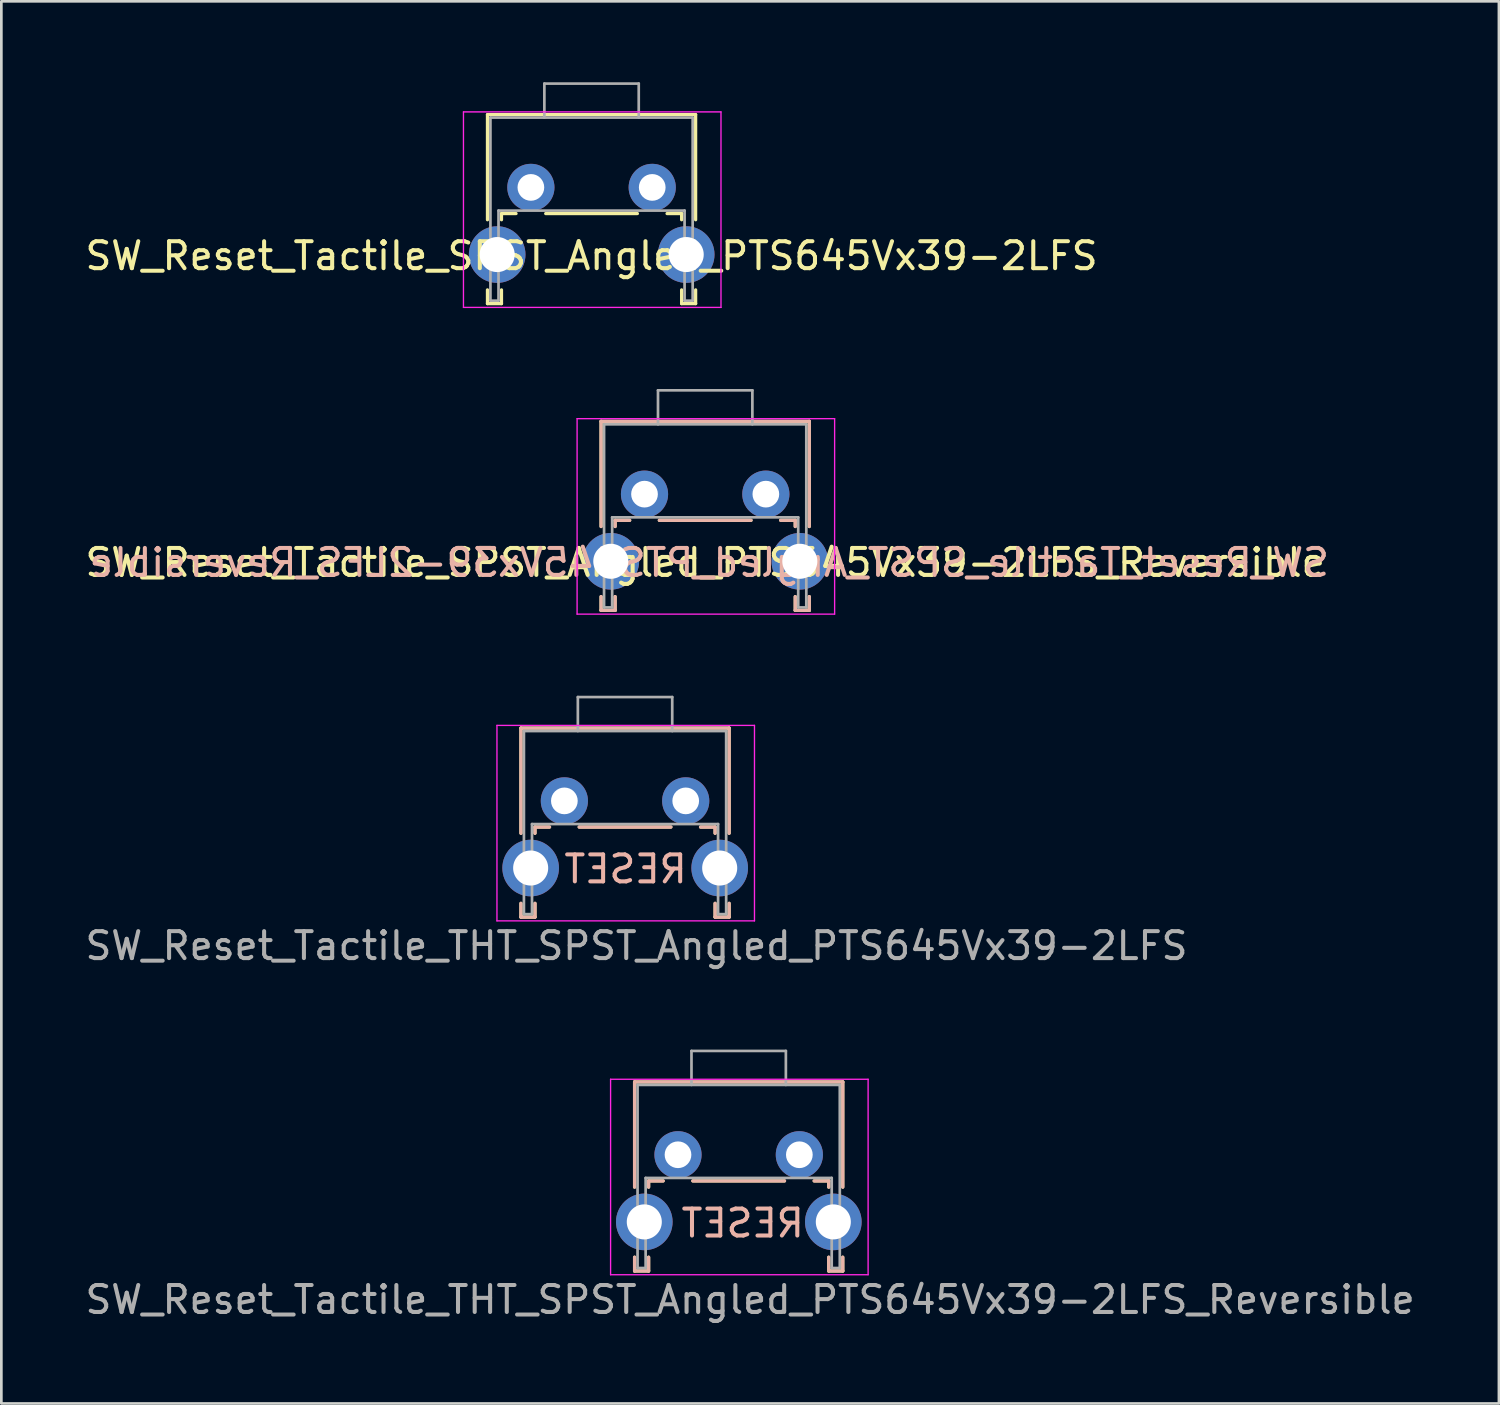
<source format=kicad_pcb>
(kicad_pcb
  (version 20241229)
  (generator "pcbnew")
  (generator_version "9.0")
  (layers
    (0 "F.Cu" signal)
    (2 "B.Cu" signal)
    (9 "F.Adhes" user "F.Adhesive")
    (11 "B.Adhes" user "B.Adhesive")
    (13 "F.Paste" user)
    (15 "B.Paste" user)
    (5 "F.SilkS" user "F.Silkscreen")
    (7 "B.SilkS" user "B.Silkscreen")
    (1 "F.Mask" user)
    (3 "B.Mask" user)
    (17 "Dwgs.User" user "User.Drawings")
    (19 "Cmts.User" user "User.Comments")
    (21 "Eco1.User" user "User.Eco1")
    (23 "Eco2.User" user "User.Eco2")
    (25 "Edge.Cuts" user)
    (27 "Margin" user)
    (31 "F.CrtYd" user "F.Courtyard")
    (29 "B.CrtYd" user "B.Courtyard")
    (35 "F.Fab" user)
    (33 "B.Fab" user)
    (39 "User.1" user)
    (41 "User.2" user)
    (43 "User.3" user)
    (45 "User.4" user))
  (footprint "SW_Reset_Tactile_SPST_Angled_PTS645Vx39-2LFS"
    (layer "F.Cu")
    (at 16.637 3.9)
    (property "Reference" "SW_Reset_Tactile_SPST_Angled_PTS645Vx39-2LFS" (at 2.25 2.54 0) (layer "F.SilkS") (effects (font (size 1 1) (thickness 0.15))))
    (attr through_hole)
    (fp_line (start -1.61 -2.7) (end -1.61 1.2) (stroke (width 0.12) (type solid)) (layer "F.SilkS"))
    (fp_line (start -1.61 -2.7) (end 6.11 -2.7) (stroke (width 0.12) (type solid)) (layer "F.SilkS"))
    (fp_line (start -1.61 3.8) (end -1.61 4.31) (stroke (width 0.12) (type solid)) (layer "F.SilkS"))
    (fp_line (start -1.61 4.31) (end -1.09 4.31) (stroke (width 0.12) (type solid)) (layer "F.SilkS"))
    (fp_line (start -1.09 0.97) (end -1.09 1.2) (stroke (width 0.12) (type solid)) (layer "F.SilkS"))
    (fp_line (start -1.09 0.97) (end -0.55 0.97) (stroke (width 0.12) (type solid)) (layer "F.SilkS"))
    (fp_line (start -1.09 3.8) (end -1.09 4.31) (stroke (width 0.12) (type solid)) (layer "F.SilkS"))
    (fp_line (start 0.55 0.97) (end 3.95 0.97) (stroke (width 0.12) (type solid)) (layer "F.SilkS"))
    (fp_line (start 5.05 0.97) (end 5.59 0.97) (stroke (width 0.12) (type solid)) (layer "F.SilkS"))
    (fp_line (start 5.59 0.97) (end 5.59 1.2) (stroke (width 0.12) (type solid)) (layer "F.SilkS"))
    (fp_line (start 5.59 3.8) (end 5.59 4.31) (stroke (width 0.12) (type solid)) (layer "F.SilkS"))
    (fp_line (start 5.59 4.31) (end 6.11 4.31) (stroke (width 0.12) (type solid)) (layer "F.SilkS"))
    (fp_line (start 6.11 -2.7) (end 6.11 1.2) (stroke (width 0.12) (type solid)) (layer "F.SilkS"))
    (fp_line (start 6.11 3.8) (end 6.11 4.31) (stroke (width 0.12) (type solid)) (layer "F.SilkS"))
    (fp_line (start -2.5 -2.8) (end 7.05 -2.8) (stroke (width 0.05) (type solid)) (layer "F.CrtYd"))
    (fp_line (start -2.5 4.45) (end -2.5 -2.8) (stroke (width 0.05) (type solid)) (layer "F.CrtYd"))
    (fp_line (start 7.05 -2.8) (end 7.05 4.45) (stroke (width 0.05) (type solid)) (layer "F.CrtYd"))
    (fp_line (start 7.05 4.45) (end -2.5 4.45) (stroke (width 0.05) (type solid)) (layer "F.CrtYd"))
    (fp_line (start -1.5 -2.59) (end 6 -2.59) (stroke (width 0.1) (type solid)) (layer "F.Fab"))
    (fp_line (start -1.5 4.2) (end -1.5 -2.59) (stroke (width 0.1) (type solid)) (layer "F.Fab"))
    (fp_line (start -1.5 4.2) (end -1.2 4.2) (stroke (width 0.1) (type solid)) (layer "F.Fab"))
    (fp_line (start -1.2 0.86) (end 5.7 0.86) (stroke (width 0.1) (type solid)) (layer "F.Fab"))
    (fp_line (start -1.2 4.2) (end -1.2 0.86) (stroke (width 0.1) (type solid)) (layer "F.Fab"))
    (fp_line (start 0.5 -3.85) (end 0.5 -2.59) (stroke (width 0.1) (type solid)) (layer "F.Fab"))
    (fp_line (start 0.5 -3.85) (end 4 -3.85) (stroke (width 0.1) (type solid)) (layer "F.Fab"))
    (fp_line (start 4 -3.85) (end 4 -2.59) (stroke (width 0.1) (type solid)) (layer "F.Fab"))
    (fp_line (start 5.7 4.2) (end 5.7 0.86) (stroke (width 0.1) (type solid)) (layer "F.Fab"))
    (fp_line (start 5.7 4.2) (end 6 4.2) (stroke (width 0.1) (type solid)) (layer "F.Fab"))
    (fp_line (start 6 4.2) (end 6 -2.59) (stroke (width 0.1) (type solid)) (layer "F.Fab"))
    (pad "" thru_hole circle (at -1.25 2.49) (size 2.1 2.1) (drill 1.3) (layers "*.Cu" "*.Mask"))
    (pad "" thru_hole circle (at 5.76 2.49) (size 2.1 2.1) (drill 1.3) (layers "*.Cu" "*.Mask"))
    (pad "1" thru_hole circle (at 0 0) (size 1.75 1.75) (drill 0.99) (layers "*.Cu" "*.Mask"))
    (pad "2" thru_hole circle (at 4.5 0) (size 1.75 1.75) (drill 0.99) (layers "*.Cu" "*.Mask")))
  (footprint "SW_Reset_Tactile_THT_SPST_Angled_PTS645Vx39-2LFS_Reversible"
    (layer "F.Cu")
    (at 22.093 39.773)
    (property "Reference" "SW_Reset_Tactile_THT_SPST_Angled_PTS645Vx39-2LFS_Reversible" (at 2.675 5.375 0) (layer "F.Fab") (effects (font (size 1 1) (thickness 0.15))))
    (attr through_hole)
    (fp_line (start -1.61 -2.7) (end -1.61 1.2) (stroke (width 0.12) (type solid)) (layer "F.SilkS"))
    (fp_line (start -1.61 -2.7) (end 6.11 -2.7) (stroke (width 0.12) (type solid)) (layer "F.SilkS"))
    (fp_line (start -1.61 3.8) (end -1.61 4.31) (stroke (width 0.12) (type solid)) (layer "F.SilkS"))
    (fp_line (start -1.61 4.31) (end -1.09 4.31) (stroke (width 0.12) (type solid)) (layer "F.SilkS"))
    (fp_line (start -1.09 0.97) (end -1.09 1.2) (stroke (width 0.12) (type solid)) (layer "F.SilkS"))
    (fp_line (start -1.09 0.97) (end -0.55 0.97) (stroke (width 0.12) (type solid)) (layer "F.SilkS"))
    (fp_line (start -1.09 3.8) (end -1.09 4.31) (stroke (width 0.12) (type solid)) (layer "F.SilkS"))
    (fp_line (start 0.55 0.97) (end 3.95 0.97) (stroke (width 0.12) (type solid)) (layer "F.SilkS"))
    (fp_line (start 5.05 0.97) (end 5.59 0.97) (stroke (width 0.12) (type solid)) (layer "F.SilkS"))
    (fp_line (start 5.59 0.97) (end 5.59 1.2) (stroke (width 0.12) (type solid)) (layer "F.SilkS"))
    (fp_line (start 5.59 3.8) (end 5.59 4.31) (stroke (width 0.12) (type solid)) (layer "F.SilkS"))
    (fp_line (start 5.59 4.31) (end 6.11 4.31) (stroke (width 0.12) (type solid)) (layer "F.SilkS"))
    (fp_line (start 6.11 -2.7) (end 6.11 1.2) (stroke (width 0.12) (type solid)) (layer "F.SilkS"))
    (fp_line (start 6.11 3.8) (end 6.11 4.31) (stroke (width 0.12) (type solid)) (layer "F.SilkS"))
    (fp_line (start -1.61 -2.7) (end -1.61 1.2) (stroke (width 0.12) (type solid)) (layer "B.SilkS"))
    (fp_line (start -1.61 3.8) (end -1.61 4.31) (stroke (width 0.12) (type solid)) (layer "B.SilkS"))
    (fp_line (start -1.09 0.97) (end -1.09 1.2) (stroke (width 0.12) (type solid)) (layer "B.SilkS"))
    (fp_line (start -1.09 3.8) (end -1.09 4.31) (stroke (width 0.12) (type solid)) (layer "B.SilkS"))
    (fp_line (start -1.09 4.31) (end -1.61 4.31) (stroke (width 0.12) (type solid)) (layer "B.SilkS"))
    (fp_line (start -0.55 0.97) (end -1.09 0.97) (stroke (width 0.12) (type solid)) (layer "B.SilkS"))
    (fp_line (start 3.95 0.97) (end 0.55 0.97) (stroke (width 0.12) (type solid)) (layer "B.SilkS"))
    (fp_line (start 5.59 0.97) (end 5.05 0.97) (stroke (width 0.12) (type solid)) (layer "B.SilkS"))
    (fp_line (start 5.59 0.97) (end 5.59 1.2) (stroke (width 0.12) (type solid)) (layer "B.SilkS"))
    (fp_line (start 5.59 3.8) (end 5.59 4.31) (stroke (width 0.12) (type solid)) (layer "B.SilkS"))
    (fp_line (start 6.11 -2.7) (end -1.61 -2.7) (stroke (width 0.12) (type solid)) (layer "B.SilkS"))
    (fp_line (start 6.11 -2.7) (end 6.11 1.2) (stroke (width 0.12) (type solid)) (layer "B.SilkS"))
    (fp_line (start 6.11 3.8) (end 6.11 4.31) (stroke (width 0.12) (type solid)) (layer "B.SilkS"))
    (fp_line (start 6.11 4.31) (end 5.59 4.31) (stroke (width 0.12) (type solid)) (layer "B.SilkS"))
    (fp_line (start -2.5 -2.8) (end 7.05 -2.8) (stroke (width 0.05) (type solid)) (layer "F.CrtYd"))
    (fp_line (start -2.5 4.45) (end -2.5 -2.8) (stroke (width 0.05) (type solid)) (layer "F.CrtYd"))
    (fp_line (start 7.05 -2.8) (end 7.05 4.45) (stroke (width 0.05) (type solid)) (layer "F.CrtYd"))
    (fp_line (start 7.05 4.45) (end -2.5 4.45) (stroke (width 0.05) (type solid)) (layer "F.CrtYd"))
    (fp_line (start -1.5 -2.59) (end 6 -2.59) (stroke (width 0.1) (type solid)) (layer "F.Fab"))
    (fp_line (start -1.5 4.2) (end -1.5 -2.59) (stroke (width 0.1) (type solid)) (layer "F.Fab"))
    (fp_line (start -1.5 4.2) (end -1.2 4.2) (stroke (width 0.1) (type solid)) (layer "F.Fab"))
    (fp_line (start -1.2 0.86) (end 5.7 0.86) (stroke (width 0.1) (type solid)) (layer "F.Fab"))
    (fp_line (start -1.2 4.2) (end -1.2 0.86) (stroke (width 0.1) (type solid)) (layer "F.Fab"))
    (fp_line (start 0.5 -3.85) (end 0.5 -2.59) (stroke (width 0.1) (type solid)) (layer "F.Fab"))
    (fp_line (start 0.5 -3.85) (end 4 -3.85) (stroke (width 0.1) (type solid)) (layer "F.Fab"))
    (fp_line (start 4 -3.85) (end 4 -2.59) (stroke (width 0.1) (type solid)) (layer "F.Fab"))
    (fp_line (start 5.7 4.2) (end 5.7 0.86) (stroke (width 0.1) (type solid)) (layer "F.Fab"))
    (fp_line (start 5.7 4.2) (end 6 4.2) (stroke (width 0.1) (type solid)) (layer "F.Fab"))
    (fp_line (start 6 4.2) (end 6 -2.59) (stroke (width 0.1) (type solid)) (layer "F.Fab"))
    (fp_text user "RESET" (at 2.4 2.54 0) (layer "B.SilkS") (effects (font (size 1 1) (thickness 0.15)) (justify mirror)))
    (pad "" thru_hole circle (at -1.25 2.49) (size 2.1 2.1) (drill 1.3) (layers "*.Cu" "*.Mask"))
    (pad "" thru_hole circle (at 5.76 2.49) (size 2.1 2.1) (drill 1.3) (layers "*.Cu" "*.Mask"))
    (pad "1" thru_hole circle (at 0 0) (size 1.75 1.75) (drill 0.99) (layers "*.Cu" "*.Mask"))
    (pad "2" thru_hole circle (at 4.5 0) (size 1.75 1.75) (drill 0.99) (layers "*.Cu" "*.Mask")))
  (footprint "SW_Reset_Tactile_SPST_Angled_PTS645Vx39-2LFS_Reversible"
    (layer "F.Cu")
    (at 20.851 15.275)
    (property "Reference" "SW_Reset_Tactile_SPST_Angled_PTS645Vx39-2LFS_Reversible" (at 2.25 2.54 0) (layer "F.SilkS") (effects (font (size 1 1) (thickness 0.15))))
    (attr through_hole)
    (fp_line (start -1.61 -2.7) (end -1.61 1.2) (stroke (width 0.12) (type solid)) (layer "F.SilkS"))
    (fp_line (start -1.61 -2.7) (end 6.11 -2.7) (stroke (width 0.12) (type solid)) (layer "F.SilkS"))
    (fp_line (start -1.61 3.8) (end -1.61 4.31) (stroke (width 0.12) (type solid)) (layer "F.SilkS"))
    (fp_line (start -1.61 4.31) (end -1.09 4.31) (stroke (width 0.12) (type solid)) (layer "F.SilkS"))
    (fp_line (start -1.09 0.97) (end -1.09 1.2) (stroke (width 0.12) (type solid)) (layer "F.SilkS"))
    (fp_line (start -1.09 0.97) (end -0.55 0.97) (stroke (width 0.12) (type solid)) (layer "F.SilkS"))
    (fp_line (start -1.09 3.8) (end -1.09 4.31) (stroke (width 0.12) (type solid)) (layer "F.SilkS"))
    (fp_line (start 0.55 0.97) (end 3.95 0.97) (stroke (width 0.12) (type solid)) (layer "F.SilkS"))
    (fp_line (start 5.05 0.97) (end 5.59 0.97) (stroke (width 0.12) (type solid)) (layer "F.SilkS"))
    (fp_line (start 5.59 0.97) (end 5.59 1.2) (stroke (width 0.12) (type solid)) (layer "F.SilkS"))
    (fp_line (start 5.59 3.8) (end 5.59 4.31) (stroke (width 0.12) (type solid)) (layer "F.SilkS"))
    (fp_line (start 5.59 4.31) (end 6.11 4.31) (stroke (width 0.12) (type solid)) (layer "F.SilkS"))
    (fp_line (start 6.11 -2.7) (end 6.11 1.2) (stroke (width 0.12) (type solid)) (layer "F.SilkS"))
    (fp_line (start 6.11 3.8) (end 6.11 4.31) (stroke (width 0.12) (type solid)) (layer "F.SilkS"))
    (fp_line (start -1.61 -2.7) (end -1.61 1.2) (stroke (width 0.12) (type solid)) (layer "B.SilkS"))
    (fp_line (start -1.61 3.8) (end -1.61 4.31) (stroke (width 0.12) (type solid)) (layer "B.SilkS"))
    (fp_line (start -1.09 0.97) (end -1.09 1.2) (stroke (width 0.12) (type solid)) (layer "B.SilkS"))
    (fp_line (start -1.09 3.8) (end -1.09 4.31) (stroke (width 0.12) (type solid)) (layer "B.SilkS"))
    (fp_line (start -1.09 4.31) (end -1.61 4.31) (stroke (width 0.12) (type solid)) (layer "B.SilkS"))
    (fp_line (start -0.55 0.97) (end -1.09 0.97) (stroke (width 0.12) (type solid)) (layer "B.SilkS"))
    (fp_line (start 3.95 0.97) (end 0.55 0.97) (stroke (width 0.12) (type solid)) (layer "B.SilkS"))
    (fp_line (start 5.59 0.97) (end 5.05 0.97) (stroke (width 0.12) (type solid)) (layer "B.SilkS"))
    (fp_line (start 5.59 0.97) (end 5.59 1.2) (stroke (width 0.12) (type solid)) (layer "B.SilkS"))
    (fp_line (start 5.59 3.8) (end 5.59 4.31) (stroke (width 0.12) (type solid)) (layer "B.SilkS"))
    (fp_line (start 6.11 -2.7) (end -1.61 -2.7) (stroke (width 0.12) (type solid)) (layer "B.SilkS"))
    (fp_line (start 6.11 -2.7) (end 6.11 1.2) (stroke (width 0.12) (type solid)) (layer "B.SilkS"))
    (fp_line (start 6.11 3.8) (end 6.11 4.31) (stroke (width 0.12) (type solid)) (layer "B.SilkS"))
    (fp_line (start 6.11 4.31) (end 5.59 4.31) (stroke (width 0.12) (type solid)) (layer "B.SilkS"))
    (fp_line (start -2.5 -2.8) (end 7.05 -2.8) (stroke (width 0.05) (type solid)) (layer "F.CrtYd"))
    (fp_line (start -2.5 4.45) (end -2.5 -2.8) (stroke (width 0.05) (type solid)) (layer "F.CrtYd"))
    (fp_line (start 7.05 -2.8) (end 7.05 4.45) (stroke (width 0.05) (type solid)) (layer "F.CrtYd"))
    (fp_line (start 7.05 4.45) (end -2.5 4.45) (stroke (width 0.05) (type solid)) (layer "F.CrtYd"))
    (fp_line (start -1.5 -2.59) (end 6 -2.59) (stroke (width 0.1) (type solid)) (layer "F.Fab"))
    (fp_line (start -1.5 4.2) (end -1.5 -2.59) (stroke (width 0.1) (type solid)) (layer "F.Fab"))
    (fp_line (start -1.5 4.2) (end -1.2 4.2) (stroke (width 0.1) (type solid)) (layer "F.Fab"))
    (fp_line (start -1.2 0.86) (end 5.7 0.86) (stroke (width 0.1) (type solid)) (layer "F.Fab"))
    (fp_line (start -1.2 4.2) (end -1.2 0.86) (stroke (width 0.1) (type solid)) (layer "F.Fab"))
    (fp_line (start 0.5 -3.85) (end 0.5 -2.59) (stroke (width 0.1) (type solid)) (layer "F.Fab"))
    (fp_line (start 0.5 -3.85) (end 4 -3.85) (stroke (width 0.1) (type solid)) (layer "F.Fab"))
    (fp_line (start 4 -3.85) (end 4 -2.59) (stroke (width 0.1) (type solid)) (layer "F.Fab"))
    (fp_line (start 5.7 4.2) (end 5.7 0.86) (stroke (width 0.1) (type solid)) (layer "F.Fab"))
    (fp_line (start 5.7 4.2) (end 6 4.2) (stroke (width 0.1) (type solid)) (layer "F.Fab"))
    (fp_line (start 6 4.2) (end 6 -2.59) (stroke (width 0.1) (type solid)) (layer "F.Fab"))
    (fp_text user "${REFERENCE}" (at 2.4 2.54 0) (layer "B.SilkS") (effects (font (size 1 1) (thickness 0.15)) (justify mirror)))
    (pad "" thru_hole circle (at -1.25 2.49) (size 2.1 2.1) (drill 1.3) (layers "*.Cu" "*.Mask"))
    (pad "" thru_hole circle (at 5.76 2.49) (size 2.1 2.1) (drill 1.3) (layers "*.Cu" "*.Mask"))
    (pad "1" thru_hole circle (at 0 0) (size 1.75 1.75) (drill 0.99) (layers "*.Cu" "*.Mask"))
    (pad "2" thru_hole circle (at 4.5 0) (size 1.75 1.75) (drill 0.99) (layers "*.Cu" "*.Mask")))
  (footprint "SW_Reset_Tactile_THT_SPST_Angled_PTS645Vx39-2LFS"
    (layer "F.Cu")
    (at 17.879 26.65)
    (property "Reference" "SW_Reset_Tactile_THT_SPST_Angled_PTS645Vx39-2LFS" (at 2.675 5.375 0) (layer "F.Fab") (effects (font (size 1 1) (thickness 0.15))))
    (attr through_hole)
    (fp_line (start -1.61 -2.7) (end -1.61 1.2) (stroke (width 0.12) (type solid)) (layer "F.SilkS"))
    (fp_line (start -1.61 -2.7) (end 6.11 -2.7) (stroke (width 0.12) (type solid)) (layer "F.SilkS"))
    (fp_line (start -1.61 3.8) (end -1.61 4.31) (stroke (width 0.12) (type solid)) (layer "F.SilkS"))
    (fp_line (start -1.61 4.31) (end -1.09 4.31) (stroke (width 0.12) (type solid)) (layer "F.SilkS"))
    (fp_line (start -1.09 0.97) (end -1.09 1.2) (stroke (width 0.12) (type solid)) (layer "F.SilkS"))
    (fp_line (start -1.09 0.97) (end -0.55 0.97) (stroke (width 0.12) (type solid)) (layer "F.SilkS"))
    (fp_line (start -1.09 3.8) (end -1.09 4.31) (stroke (width 0.12) (type solid)) (layer "F.SilkS"))
    (fp_line (start 0.55 0.97) (end 3.95 0.97) (stroke (width 0.12) (type solid)) (layer "F.SilkS"))
    (fp_line (start 5.05 0.97) (end 5.59 0.97) (stroke (width 0.12) (type solid)) (layer "F.SilkS"))
    (fp_line (start 5.59 0.97) (end 5.59 1.2) (stroke (width 0.12) (type solid)) (layer "F.SilkS"))
    (fp_line (start 5.59 3.8) (end 5.59 4.31) (stroke (width 0.12) (type solid)) (layer "F.SilkS"))
    (fp_line (start 5.59 4.31) (end 6.11 4.31) (stroke (width 0.12) (type solid)) (layer "F.SilkS"))
    (fp_line (start 6.11 -2.7) (end 6.11 1.2) (stroke (width 0.12) (type solid)) (layer "F.SilkS"))
    (fp_line (start 6.11 3.8) (end 6.11 4.31) (stroke (width 0.12) (type solid)) (layer "F.SilkS"))
    (fp_line (start -1.61 -2.7) (end -1.61 1.2) (stroke (width 0.12) (type solid)) (layer "B.SilkS"))
    (fp_line (start -1.61 3.8) (end -1.61 4.31) (stroke (width 0.12) (type solid)) (layer "B.SilkS"))
    (fp_line (start -1.09 0.97) (end -1.09 1.2) (stroke (width 0.12) (type solid)) (layer "B.SilkS"))
    (fp_line (start -1.09 3.8) (end -1.09 4.31) (stroke (width 0.12) (type solid)) (layer "B.SilkS"))
    (fp_line (start -1.09 4.31) (end -1.61 4.31) (stroke (width 0.12) (type solid)) (layer "B.SilkS"))
    (fp_line (start -0.55 0.97) (end -1.09 0.97) (stroke (width 0.12) (type solid)) (layer "B.SilkS"))
    (fp_line (start 3.95 0.97) (end 0.55 0.97) (stroke (width 0.12) (type solid)) (layer "B.SilkS"))
    (fp_line (start 5.59 0.97) (end 5.05 0.97) (stroke (width 0.12) (type solid)) (layer "B.SilkS"))
    (fp_line (start 5.59 0.97) (end 5.59 1.2) (stroke (width 0.12) (type solid)) (layer "B.SilkS"))
    (fp_line (start 5.59 3.8) (end 5.59 4.31) (stroke (width 0.12) (type solid)) (layer "B.SilkS"))
    (fp_line (start 6.11 -2.7) (end -1.61 -2.7) (stroke (width 0.12) (type solid)) (layer "B.SilkS"))
    (fp_line (start 6.11 -2.7) (end 6.11 1.2) (stroke (width 0.12) (type solid)) (layer "B.SilkS"))
    (fp_line (start 6.11 3.8) (end 6.11 4.31) (stroke (width 0.12) (type solid)) (layer "B.SilkS"))
    (fp_line (start 6.11 4.31) (end 5.59 4.31) (stroke (width 0.12) (type solid)) (layer "B.SilkS"))
    (fp_line (start -2.5 -2.8) (end 7.05 -2.8) (stroke (width 0.05) (type solid)) (layer "F.CrtYd"))
    (fp_line (start -2.5 4.45) (end -2.5 -2.8) (stroke (width 0.05) (type solid)) (layer "F.CrtYd"))
    (fp_line (start 7.05 -2.8) (end 7.05 4.45) (stroke (width 0.05) (type solid)) (layer "F.CrtYd"))
    (fp_line (start 7.05 4.45) (end -2.5 4.45) (stroke (width 0.05) (type solid)) (layer "F.CrtYd"))
    (fp_line (start -1.5 -2.59) (end 6 -2.59) (stroke (width 0.1) (type solid)) (layer "F.Fab"))
    (fp_line (start -1.5 4.2) (end -1.5 -2.59) (stroke (width 0.1) (type solid)) (layer "F.Fab"))
    (fp_line (start -1.5 4.2) (end -1.2 4.2) (stroke (width 0.1) (type solid)) (layer "F.Fab"))
    (fp_line (start -1.2 0.86) (end 5.7 0.86) (stroke (width 0.1) (type solid)) (layer "F.Fab"))
    (fp_line (start -1.2 4.2) (end -1.2 0.86) (stroke (width 0.1) (type solid)) (layer "F.Fab"))
    (fp_line (start 0.5 -3.85) (end 0.5 -2.59) (stroke (width 0.1) (type solid)) (layer "F.Fab"))
    (fp_line (start 0.5 -3.85) (end 4 -3.85) (stroke (width 0.1) (type solid)) (layer "F.Fab"))
    (fp_line (start 4 -3.85) (end 4 -2.59) (stroke (width 0.1) (type solid)) (layer "F.Fab"))
    (fp_line (start 5.7 4.2) (end 5.7 0.86) (stroke (width 0.1) (type solid)) (layer "F.Fab"))
    (fp_line (start 5.7 4.2) (end 6 4.2) (stroke (width 0.1) (type solid)) (layer "F.Fab"))
    (fp_line (start 6 4.2) (end 6 -2.59) (stroke (width 0.1) (type solid)) (layer "F.Fab"))
    (fp_text user "RESET" (at 2.27 2.53 0) (unlocked yes) (layer "B.SilkS") (effects (font (size 1 1) (thickness 0.15)) (justify mirror)))
    (pad "" thru_hole circle (at -1.25 2.49) (size 2.1 2.1) (drill 1.3) (layers "*.Cu" "*.Mask"))
    (pad "" thru_hole circle (at 5.76 2.49) (size 2.1 2.1) (drill 1.3) (layers "*.Cu" "*.Mask"))
    (pad "1" thru_hole circle (at 0 0) (size 1.75 1.75) (drill 0.99) (layers "*.Cu" "*.Mask"))
    (pad "2" thru_hole circle (at 4.5 0) (size 1.75 1.75) (drill 0.99) (layers "*.Cu" "*.Mask")))
  (gr_rect
    (start -3 -3)
    (end 52.536 48.996)
    (stroke (width 0.1) (type default))
    (fill no)
    (layer "Edge.Cuts")))
</source>
